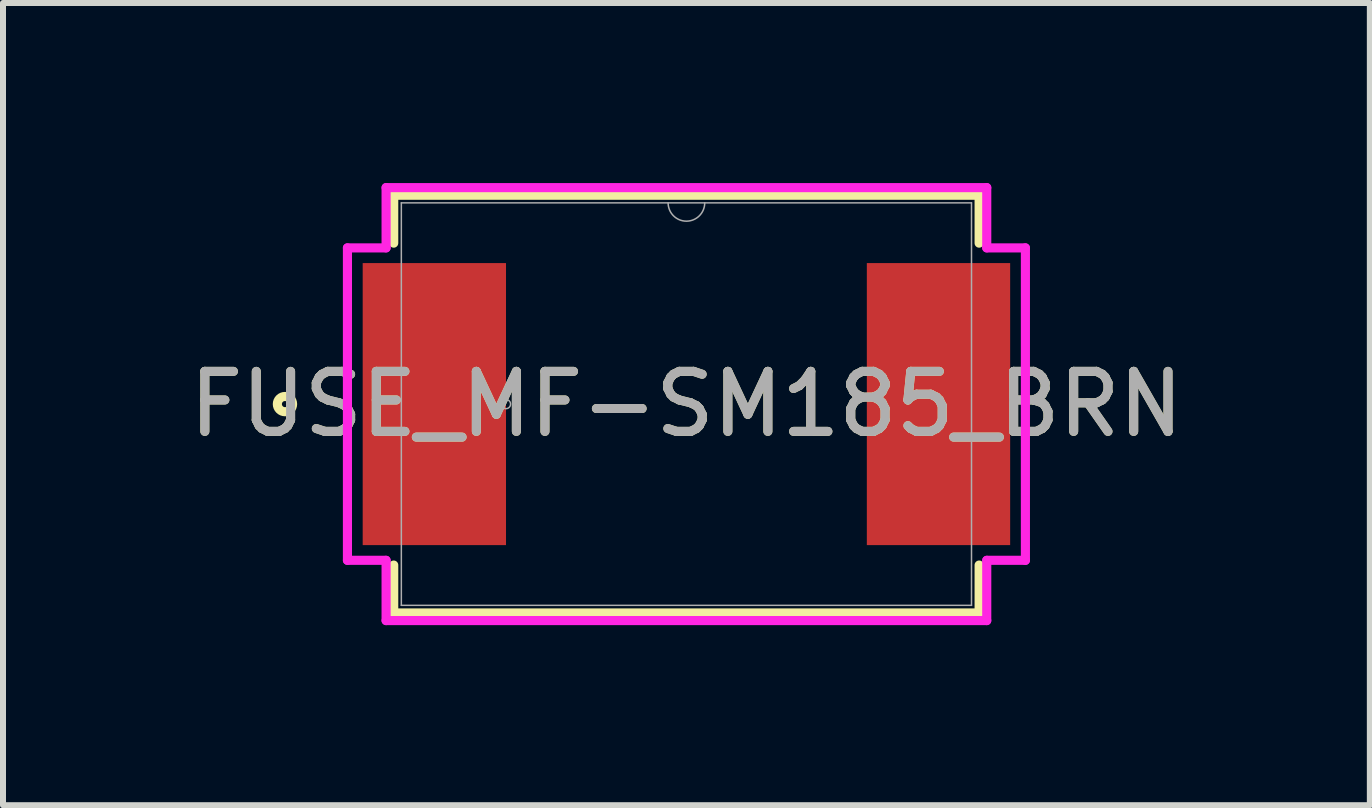
<source format=kicad_pcb>
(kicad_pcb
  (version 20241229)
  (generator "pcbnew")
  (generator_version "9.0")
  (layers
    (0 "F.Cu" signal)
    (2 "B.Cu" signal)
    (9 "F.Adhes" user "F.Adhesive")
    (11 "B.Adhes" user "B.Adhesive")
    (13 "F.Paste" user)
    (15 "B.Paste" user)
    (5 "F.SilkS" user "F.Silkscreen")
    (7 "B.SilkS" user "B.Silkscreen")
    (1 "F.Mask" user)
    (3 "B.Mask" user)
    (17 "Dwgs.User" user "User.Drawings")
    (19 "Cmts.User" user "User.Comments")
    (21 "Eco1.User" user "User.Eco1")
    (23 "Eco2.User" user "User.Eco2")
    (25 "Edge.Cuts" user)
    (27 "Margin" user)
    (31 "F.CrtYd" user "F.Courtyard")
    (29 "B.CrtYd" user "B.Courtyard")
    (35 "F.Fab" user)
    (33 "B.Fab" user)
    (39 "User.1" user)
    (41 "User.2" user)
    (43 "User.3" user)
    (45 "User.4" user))
  (footprint "FUSE_MF-SM185_BRN"
    (layer "F.Cu")
    (at 8.387 3.683)
    (property "Reference" "FUSE_MF-SM185_BRN" (at 0 0 0) (unlocked yes) (layer "F.SilkS") (effects (font (size 1 1) (thickness 0.15))))
    (attr smd)
    (fp_line (start -4.877 -3.48) (end -4.877 -2.682) (stroke (width 0.152) (type solid)) (layer "F.SilkS"))
    (fp_line (start -4.877 2.682) (end -4.877 3.48) (stroke (width 0.152) (type solid)) (layer "F.SilkS"))
    (fp_line (start -4.877 3.48) (end 4.877 3.48) (stroke (width 0.152) (type solid)) (layer "F.SilkS"))
    (fp_line (start 4.877 -3.48) (end -4.877 -3.48) (stroke (width 0.152) (type solid)) (layer "F.SilkS"))
    (fp_line (start 4.877 -2.682) (end 4.877 -3.48) (stroke (width 0.152) (type solid)) (layer "F.SilkS"))
    (fp_line (start 4.877 3.48) (end 4.877 2.682) (stroke (width 0.152) (type solid)) (layer "F.SilkS"))
    (fp_circle (center -6.689 0) (end -6.562 0) (stroke (width 0.152) (type solid)) (fill no) (layer "F.SilkS"))
    (fp_line (start -5.648 -2.603) (end -5.004 -2.603) (stroke (width 0.152) (type solid)) (layer "F.CrtYd"))
    (fp_line (start -5.648 2.603) (end -5.648 -2.603) (stroke (width 0.152) (type solid)) (layer "F.CrtYd"))
    (fp_line (start -5.648 2.603) (end -5.004 2.603) (stroke (width 0.152) (type solid)) (layer "F.CrtYd"))
    (fp_line (start -5.004 -3.607) (end 5.004 -3.607) (stroke (width 0.152) (type solid)) (layer "F.CrtYd"))
    (fp_line (start -5.004 -2.603) (end -5.004 -3.607) (stroke (width 0.152) (type solid)) (layer "F.CrtYd"))
    (fp_line (start -5.004 3.607) (end -5.004 2.603) (stroke (width 0.152) (type solid)) (layer "F.CrtYd"))
    (fp_line (start 5.004 -3.607) (end 5.004 -2.603) (stroke (width 0.152) (type solid)) (layer "F.CrtYd"))
    (fp_line (start 5.004 2.603) (end 5.004 3.607) (stroke (width 0.152) (type solid)) (layer "F.CrtYd"))
    (fp_line (start 5.004 3.607) (end -5.004 3.607) (stroke (width 0.152) (type solid)) (layer "F.CrtYd"))
    (fp_line (start 5.648 -2.603) (end 5.004 -2.603) (stroke (width 0.152) (type solid)) (layer "F.CrtYd"))
    (fp_line (start 5.648 -2.603) (end 5.648 2.603) (stroke (width 0.152) (type solid)) (layer "F.CrtYd"))
    (fp_line (start 5.648 2.603) (end 5.004 2.603) (stroke (width 0.152) (type solid)) (layer "F.CrtYd"))
    (fp_line (start -4.75 -3.353) (end -4.75 3.353) (stroke (width 0.025) (type solid)) (layer "F.Fab"))
    (fp_line (start -4.75 3.353) (end 4.75 3.353) (stroke (width 0.025) (type solid)) (layer "F.Fab"))
    (fp_line (start 4.75 -3.353) (end -4.75 -3.353) (stroke (width 0.025) (type solid)) (layer "F.Fab"))
    (fp_line (start 4.75 3.353) (end 4.75 -3.353) (stroke (width 0.025) (type solid)) (layer "F.Fab"))
    (fp_arc (start 0.3048 -3.3528) (mid 0 -3.048) (end -0.3048 -3.3528) (stroke (width 0.0254) (type solid)) (layer "F.Fab"))
    (fp_circle (center -3.006 0) (end -2.93 0) (stroke (width 0.025) (type solid)) (fill no) (layer "F.Fab"))
    (fp_text user "${REFERENCE}" (at 0 0 0) (unlocked yes) (layer "F.Fab") (effects (font (size 1 1) (thickness 0.15))))
    (pad "1" smd rect (at -4.2 0) (size 2.388 4.699) (layers "F.Cu" "F.Mask" "F.Paste"))
    (pad "2" smd rect (at 4.2 0) (size 2.388 4.699) (layers "F.Cu" "F.Mask" "F.Paste")))
  (gr_rect
    (start -3 -3)
    (end 19.774 10.366)
    (stroke (width 0.1) (type default))
    (fill no)
    (layer "Edge.Cuts")))
</source>
